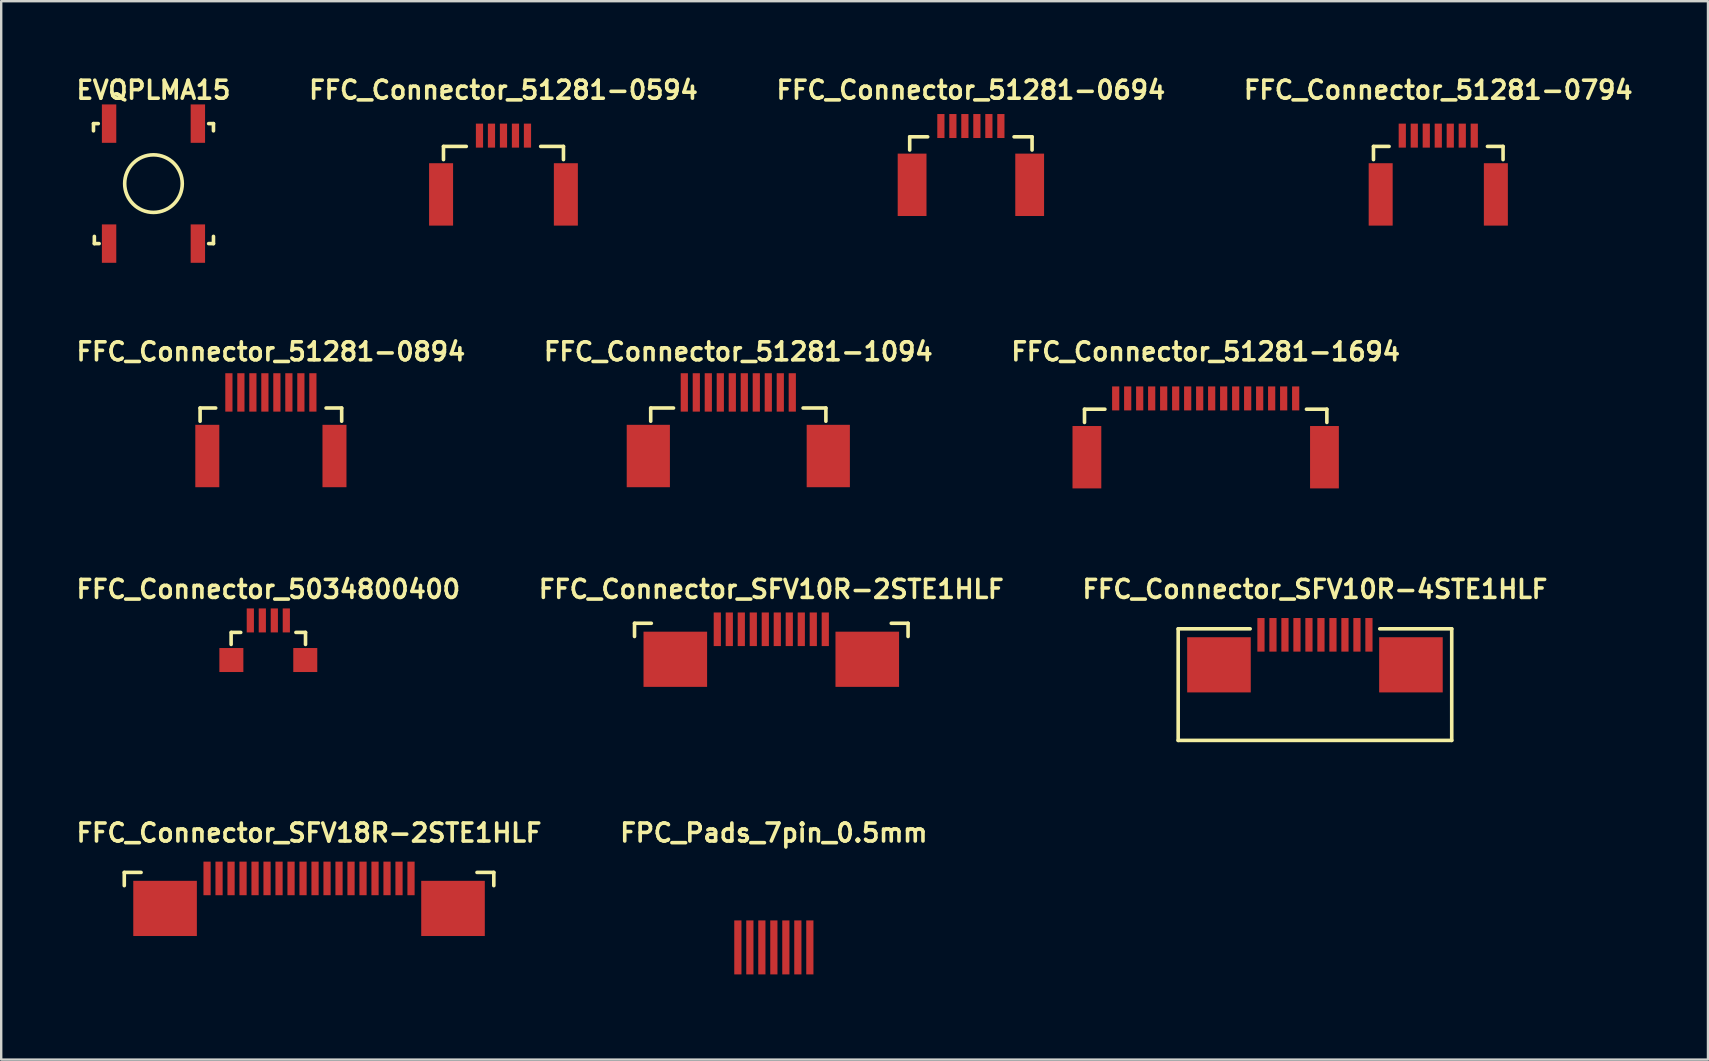
<source format=kicad_pcb>
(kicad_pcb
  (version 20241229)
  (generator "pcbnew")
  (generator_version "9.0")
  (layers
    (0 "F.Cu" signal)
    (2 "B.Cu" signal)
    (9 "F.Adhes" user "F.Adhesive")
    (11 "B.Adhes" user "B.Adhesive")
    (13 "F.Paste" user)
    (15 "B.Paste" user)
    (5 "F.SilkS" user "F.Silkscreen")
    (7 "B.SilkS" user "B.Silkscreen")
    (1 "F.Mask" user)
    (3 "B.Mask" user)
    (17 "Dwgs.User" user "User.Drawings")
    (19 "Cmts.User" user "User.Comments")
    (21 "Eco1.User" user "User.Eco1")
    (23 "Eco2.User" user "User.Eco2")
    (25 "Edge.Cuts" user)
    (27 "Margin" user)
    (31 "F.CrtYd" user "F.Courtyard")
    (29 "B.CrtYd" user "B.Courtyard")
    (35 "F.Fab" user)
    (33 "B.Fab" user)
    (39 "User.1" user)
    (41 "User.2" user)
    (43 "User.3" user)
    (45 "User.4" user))
  (footprint "FFC_Connector_5034800400"
    (layer "F.Cu")
    (at 8.132 25.106)
    (property "Reference" "FFC_Connector_5034800400" (at 0 -3.6 0) (layer "F.SilkS") (effects (font (size 0.75 0.75) (thickness 0.15))))
    (attr smd)
    (fp_line (start -1.55 -1.3) (end -1.55 -1.8) (stroke (width 0.15) (type solid)) (layer "F.SilkS"))
    (fp_line (start -1.54 -1.8) (end -1.15 -1.8) (stroke (width 0.15) (type solid)) (layer "F.SilkS"))
    (fp_line (start 1.15 -1.8) (end 1.55 -1.8) (stroke (width 0.15) (type solid)) (layer "F.SilkS"))
    (fp_line (start 1.55 -1.8) (end 1.55 -1.3) (stroke (width 0.15) (type solid)) (layer "F.SilkS"))
    (fp_line (start -1.54 0) (end 1.54 0) (stroke (width 0.15) (type solid)) (layer "Margin"))
    (pad "" smd rect (at -1.54 -0.65) (size 1 1) (layers "F.Cu" "F.Mask" "F.Paste"))
    (pad "" smd rect (at 1.54 -0.65) (size 1 1) (layers "F.Cu" "F.Mask" "F.Paste"))
    (pad "1" smd rect (at -0.75 -2.3) (size 0.3 1) (layers "F.Cu" "F.Mask" "F.Paste"))
    (pad "2" smd rect (at -0.25 -2.3) (size 0.3 1) (layers "F.Cu" "F.Mask" "F.Paste"))
    (pad "3" smd rect (at 0.25 -2.3) (size 0.3 1) (layers "F.Cu" "F.Mask" "F.Paste"))
    (pad "4" smd rect (at 0.75 -2.3) (size 0.3 1) (layers "F.Cu" "F.Mask" "F.Paste")))
  (footprint "FFC_Connector_51281-0594"
    (layer "F.Cu")
    (at 17.932 6.602)
    (property "Reference" "FFC_Connector_51281-0594" (at 0 -5.9 0) (layer "F.SilkS") (effects (font (size 0.75 0.75) (thickness 0.15))))
    (attr smd)
    (fp_line (start -2.5 -3.55) (end -2.5 -3) (stroke (width 0.15) (type solid)) (layer "F.SilkS"))
    (fp_line (start -2.5 -3.55) (end -1.55 -3.55) (stroke (width 0.15) (type solid)) (layer "F.SilkS"))
    (fp_line (start 1.55 -3.55) (end 2.5 -3.55) (stroke (width 0.15) (type solid)) (layer "F.SilkS"))
    (fp_line (start 2.5 -3.55) (end 2.5 -3) (stroke (width 0.15) (type solid)) (layer "F.SilkS"))
    (fp_line (start -2.5 0) (end 2.5 0) (stroke (width 0.15) (type solid)) (layer "Margin"))
    (pad "" smd rect (at -2.6 -1.55) (size 1 2.6) (layers "F.Cu" "F.Mask" "F.Paste"))
    (pad "" smd rect (at 2.6 -1.55) (size 1 2.6) (layers "F.Cu" "F.Mask" "F.Paste"))
    (pad "1" smd rect (at -1 -4) (size 0.3 1) (layers "F.Cu" "F.Mask" "F.Paste"))
    (pad "2" smd rect (at -0.5 -4) (size 0.3 1) (layers "F.Cu" "F.Mask" "F.Paste"))
    (pad "3" smd rect (at 0 -4) (size 0.3 1) (layers "F.Cu" "F.Mask" "F.Paste"))
    (pad "4" smd rect (at 0.5 -4) (size 0.3 1) (layers "F.Cu" "F.Mask" "F.Paste"))
    (pad "5" smd rect (at 1 -4) (size 0.3 1) (layers "F.Cu" "F.Mask" "F.Paste")))
  (footprint "FFC_Connector_51281-0694"
    (layer "F.Cu")
    (at 37.411 6.202)
    (property "Reference" "FFC_Connector_51281-0694" (at 0 -5.5 0) (layer "F.SilkS") (effects (font (size 0.75 0.75) (thickness 0.15))))
    (attr smd)
    (fp_line (start -2.55 -3.55) (end -2.55 -3) (stroke (width 0.15) (type solid)) (layer "F.SilkS"))
    (fp_line (start -2.55 -3.55) (end -1.8 -3.55) (stroke (width 0.15) (type solid)) (layer "F.SilkS"))
    (fp_line (start 1.8 -3.55) (end 2.55 -3.55) (stroke (width 0.15) (type solid)) (layer "F.SilkS"))
    (fp_line (start 2.55 -3.55) (end 2.55 -3) (stroke (width 0.15) (type solid)) (layer "F.SilkS"))
    (fp_line (start -2.55 0) (end 2.55 0) (stroke (width 0.15) (type solid)) (layer "Margin"))
    (pad "" smd rect (at -2.45 -1.55) (size 1.2 2.6) (layers "F.Cu" "F.Mask" "F.Paste"))
    (pad "" smd rect (at 2.45 -1.55) (size 1.2 2.6) (layers "F.Cu" "F.Mask" "F.Paste"))
    (pad "1" smd rect (at -1.25 -4) (size 0.3 1) (layers "F.Cu" "F.Mask" "F.Paste"))
    (pad "2" smd rect (at -0.75 -4) (size 0.3 1) (layers "F.Cu" "F.Mask" "F.Paste"))
    (pad "3" smd rect (at -0.25 -4) (size 0.3 1) (layers "F.Cu" "F.Mask" "F.Paste"))
    (pad "4" smd rect (at 0.25 -4) (size 0.3 1) (layers "F.Cu" "F.Mask" "F.Paste"))
    (pad "5" smd rect (at 0.75 -4) (size 0.3 1) (layers "F.Cu" "F.Mask" "F.Paste"))
    (pad "6" smd rect (at 1.25 -4) (size 0.3 1) (layers "F.Cu" "F.Mask" "F.Paste")))
  (footprint "FFC_Connector_SFV10R-4STE1HLF"
    (layer "F.Cu")
    (at 51.75 27.706)
    (property "Reference" "FFC_Connector_SFV10R-4STE1HLF" (at 0 -6.2 0) (layer "F.SilkS") (effects (font (size 0.75 0.75) (thickness 0.15))))
    (attr smd)
    (fp_line (start -5.7 -4.55) (end -5.7 0.1) (stroke (width 0.15) (type solid)) (layer "F.SilkS"))
    (fp_line (start -5.7 -4.55) (end -2.7 -4.55) (stroke (width 0.15) (type solid)) (layer "F.SilkS"))
    (fp_line (start -5.7 0.1) (end 5.7 0.1) (stroke (width 0.15) (type solid)) (layer "F.SilkS"))
    (fp_line (start 2.7 -4.55) (end 5.7 -4.55) (stroke (width 0.15) (type solid)) (layer "F.SilkS"))
    (fp_line (start 5.7 -4.55) (end 5.7 0.1) (stroke (width 0.15) (type solid)) (layer "F.SilkS"))
    (pad "" smd rect (at -4 -3.05) (size 2.65 2.3) (layers "F.Cu" "F.Mask" "F.Paste"))
    (pad "" smd rect (at 4 -3.05) (size 2.65 2.3) (layers "F.Cu" "F.Mask" "F.Paste"))
    (pad "1" smd rect (at -2.25 -4.3) (size 0.3 1.4) (layers "F.Cu" "F.Mask" "F.Paste"))
    (pad "2" smd rect (at -1.75 -4.3) (size 0.3 1.4) (layers "F.Cu" "F.Mask" "F.Paste"))
    (pad "3" smd rect (at -1.25 -4.3) (size 0.3 1.4) (layers "F.Cu" "F.Mask" "F.Paste"))
    (pad "4" smd rect (at -0.75 -4.3) (size 0.3 1.4) (layers "F.Cu" "F.Mask" "F.Paste"))
    (pad "5" smd rect (at -0.25 -4.3) (size 0.3 1.4) (layers "F.Cu" "F.Mask" "F.Paste"))
    (pad "6" smd rect (at 0.25 -4.3) (size 0.3 1.4) (layers "F.Cu" "F.Mask" "F.Paste"))
    (pad "7" smd rect (at 0.75 -4.3) (size 0.3 1.4) (layers "F.Cu" "F.Mask" "F.Paste"))
    (pad "8" smd rect (at 1.25 -4.3) (size 0.3 1.4) (layers "F.Cu" "F.Mask" "F.Paste"))
    (pad "9" smd rect (at 1.75 -4.3) (size 0.3 1.4) (layers "F.Cu" "F.Mask" "F.Paste"))
    (pad "10" smd rect (at 2.25 -4.3) (size 0.3 1.4) (layers "F.Cu" "F.Mask" "F.Paste")))
  (footprint "FPC_Pads_7pin_0.5mm"
    (layer "F.Cu")
    (at 29.2 37.558)
    (property "Reference" "FPC_Pads_7pin_0.5mm" (at 0 -5.9 0) (layer "F.SilkS") (effects (font (size 0.75 0.75) (thickness 0.15))))
    (attr exclude_from_pos_files exclude_from_bom)
    (pad "1" smd rect (at -1.5 -1.125) (size 0.3 2.25) (layers "F.Cu" "F.Mask"))
    (pad "2" smd rect (at -1 -1.125) (size 0.3 2.25) (layers "F.Cu" "F.Mask"))
    (pad "3" smd rect (at -0.5 -1.125) (size 0.3 2.25) (layers "F.Cu" "F.Mask"))
    (pad "4" smd rect (at 0 -1.125) (size 0.3 2.25) (layers "F.Cu" "F.Mask"))
    (pad "5" smd rect (at 0.5 -1.125) (size 0.3 2.25) (layers "F.Cu" "F.Mask"))
    (pad "6" smd rect (at 1 -1.125) (size 0.3 2.25) (layers "F.Cu" "F.Mask"))
    (pad "7" smd rect (at 1.5 -1.125) (size 0.3 2.25) (layers "F.Cu" "F.Mask")))
  (footprint "FFC_Connector_51281-1694"
    (layer "F.Cu")
    (at 47.196 17.554)
    (property "Reference" "FFC_Connector_51281-1694" (at 0 -5.95 0) (layer "F.SilkS") (effects (font (size 0.75 0.75) (thickness 0.15))))
    (attr smd)
    (fp_line (start -5.05 -3.55) (end -5.05 -3) (stroke (width 0.15) (type solid)) (layer "F.SilkS"))
    (fp_line (start -5.05 -3.55) (end -4.2 -3.55) (stroke (width 0.15) (type solid)) (layer "F.SilkS"))
    (fp_line (start 4.2 -3.55) (end 5.05 -3.55) (stroke (width 0.15) (type solid)) (layer "F.SilkS"))
    (fp_line (start 5.05 -3.55) (end 5.05 -3) (stroke (width 0.15) (type solid)) (layer "F.SilkS"))
    (fp_line (start -5.05 0) (end 5.15 0) (stroke (width 0.15) (type solid)) (layer "Margin"))
    (pad "" smd rect (at -4.95 -1.55) (size 1.2 2.6) (layers "F.Cu" "F.Mask" "F.Paste"))
    (pad "" smd rect (at 4.95 -1.55) (size 1.2 2.6) (layers "F.Cu" "F.Mask" "F.Paste"))
    (pad "1" smd rect (at -3.75 -4) (size 0.3 1) (layers "F.Cu" "F.Mask" "F.Paste"))
    (pad "2" smd rect (at -3.25 -4) (size 0.3 1) (layers "F.Cu" "F.Mask" "F.Paste"))
    (pad "3" smd rect (at -2.75 -4) (size 0.3 1) (layers "F.Cu" "F.Mask" "F.Paste"))
    (pad "4" smd rect (at -2.25 -4) (size 0.3 1) (layers "F.Cu" "F.Mask" "F.Paste"))
    (pad "5" smd rect (at -1.75 -4) (size 0.3 1) (layers "F.Cu" "F.Mask" "F.Paste"))
    (pad "6" smd rect (at -1.25 -4) (size 0.3 1) (layers "F.Cu" "F.Mask" "F.Paste"))
    (pad "7" smd rect (at -0.75 -4) (size 0.3 1) (layers "F.Cu" "F.Mask" "F.Paste"))
    (pad "8" smd rect (at -0.25 -4) (size 0.3 1) (layers "F.Cu" "F.Mask" "F.Paste"))
    (pad "9" smd rect (at 0.25 -4) (size 0.3 1) (layers "F.Cu" "F.Mask" "F.Paste"))
    (pad "10" smd rect (at 0.75 -4) (size 0.3 1) (layers "F.Cu" "F.Mask" "F.Paste"))
    (pad "11" smd rect (at 1.25 -4) (size 0.3 1) (layers "F.Cu" "F.Mask" "F.Paste"))
    (pad "12" smd rect (at 1.75 -4) (size 0.3 1) (layers "F.Cu" "F.Mask" "F.Paste"))
    (pad "13" smd rect (at 2.25 -4) (size 0.3 1) (layers "F.Cu" "F.Mask" "F.Paste"))
    (pad "14" smd rect (at 2.75 -4) (size 0.3 1) (layers "F.Cu" "F.Mask" "F.Paste"))
    (pad "15" smd rect (at 3.25 -4) (size 0.3 1) (layers "F.Cu" "F.Mask" "F.Paste"))
    (pad "16" smd rect (at 3.75 -4) (size 0.3 1) (layers "F.Cu" "F.Mask" "F.Paste")))
  (footprint "FFC_Connector_51281-0894"
    (layer "F.Cu")
    (at 8.239 17.504)
    (property "Reference" "FFC_Connector_51281-0894" (at 0 -5.9 0) (layer "F.SilkS") (effects (font (size 0.75 0.75) (thickness 0.15))))
    (attr smd)
    (fp_line (start -2.95 -3.55) (end -2.95 -3) (stroke (width 0.15) (type solid)) (layer "F.SilkS"))
    (fp_line (start -2.95 -3.55) (end -2.3 -3.55) (stroke (width 0.15) (type solid)) (layer "F.SilkS"))
    (fp_line (start 2.3 -3.55) (end 2.95 -3.55) (stroke (width 0.15) (type solid)) (layer "F.SilkS"))
    (fp_line (start 2.95 -3.55) (end 2.95 -3) (stroke (width 0.15) (type solid)) (layer "F.SilkS"))
    (fp_line (start -3.15 0) (end 3.2 0) (stroke (width 0.15) (type solid)) (layer "Margin"))
    (pad "" smd rect (at -2.65 -1.55) (size 1 2.6) (layers "F.Cu" "F.Mask" "F.Paste"))
    (pad "" smd rect (at 2.65 -1.55) (size 1 2.6) (layers "F.Cu" "F.Mask" "F.Paste"))
    (pad "1" smd rect (at -1.75 -4.2) (size 0.3 1.6) (layers "F.Cu" "F.Mask" "F.Paste"))
    (pad "2" smd rect (at -1.25 -4.2) (size 0.3 1.6) (layers "F.Cu" "F.Mask" "F.Paste"))
    (pad "3" smd rect (at -0.75 -4.2) (size 0.3 1.6) (layers "F.Cu" "F.Mask" "F.Paste"))
    (pad "4" smd rect (at -0.25 -4.2) (size 0.3 1.6) (layers "F.Cu" "F.Mask" "F.Paste"))
    (pad "5" smd rect (at 0.25 -4.2) (size 0.3 1.6) (layers "F.Cu" "F.Mask" "F.Paste"))
    (pad "6" smd rect (at 0.75 -4.2) (size 0.3 1.6) (layers "F.Cu" "F.Mask" "F.Paste"))
    (pad "7" smd rect (at 1.25 -4.2) (size 0.3 1.6) (layers "F.Cu" "F.Mask" "F.Paste"))
    (pad "8" smd rect (at 1.75 -4.2) (size 0.3 1.6) (layers "F.Cu" "F.Mask" "F.Paste")))
  (footprint "FFC_Connector_51281-1094"
    (layer "F.Cu")
    (at 27.718 17.504)
    (property "Reference" "FFC_Connector_51281-1094" (at 0 -5.9 0) (layer "F.SilkS") (effects (font (size 0.75 0.75) (thickness 0.15))))
    (attr smd)
    (fp_line (start -3.65 -3.55) (end -3.65 -3) (stroke (width 0.15) (type solid)) (layer "F.SilkS"))
    (fp_line (start -3.65 -3.55) (end -2.7 -3.55) (stroke (width 0.15) (type solid)) (layer "F.SilkS"))
    (fp_line (start 2.7 -3.55) (end 3.65 -3.55) (stroke (width 0.15) (type solid)) (layer "F.SilkS"))
    (fp_line (start 3.65 -3.55) (end 3.65 -3) (stroke (width 0.15) (type solid)) (layer "F.SilkS"))
    (fp_line (start -3.65 0) (end 3.65 0) (stroke (width 0.15) (type solid)) (layer "Margin"))
    (pad "" smd rect (at -3.75 -1.55) (size 1.8 2.6) (layers "F.Cu" "F.Mask" "F.Paste"))
    (pad "" smd rect (at 3.75 -1.55) (size 1.8 2.6) (layers "F.Cu" "F.Mask" "F.Paste"))
    (pad "1" smd rect (at -2.25 -4.2) (size 0.3 1.6) (layers "F.Cu" "F.Mask" "F.Paste"))
    (pad "2" smd rect (at -1.75 -4.2) (size 0.3 1.6) (layers "F.Cu" "F.Mask" "F.Paste"))
    (pad "3" smd rect (at -1.25 -4.2) (size 0.3 1.6) (layers "F.Cu" "F.Mask" "F.Paste"))
    (pad "4" smd rect (at -0.75 -4.2) (size 0.3 1.6) (layers "F.Cu" "F.Mask" "F.Paste"))
    (pad "5" smd rect (at -0.25 -4.2) (size 0.3 1.6) (layers "F.Cu" "F.Mask" "F.Paste"))
    (pad "6" smd rect (at 0.25 -4.2) (size 0.3 1.6) (layers "F.Cu" "F.Mask" "F.Paste"))
    (pad "7" smd rect (at 0.75 -4.2) (size 0.3 1.6) (layers "F.Cu" "F.Mask" "F.Paste"))
    (pad "8" smd rect (at 1.25 -4.2) (size 0.3 1.6) (layers "F.Cu" "F.Mask" "F.Paste"))
    (pad "9" smd rect (at 1.75 -4.2) (size 0.3 1.6) (layers "F.Cu" "F.Mask" "F.Paste"))
    (pad "10" smd rect (at 2.25 -4.2) (size 0.3 1.6) (layers "F.Cu" "F.Mask" "F.Paste")))
  (footprint "FFC_Connector_51281-0794"
    (layer "F.Cu")
    (at 56.889 6.602)
    (property "Reference" "FFC_Connector_51281-0794" (at 0 -5.9 0) (layer "F.SilkS") (effects (font (size 0.75 0.75) (thickness 0.15))))
    (attr smd)
    (fp_line (start -2.7 -3.55) (end -2.7 -3) (stroke (width 0.15) (type solid)) (layer "F.SilkS"))
    (fp_line (start -2.7 -3.55) (end -2.05 -3.55) (stroke (width 0.15) (type solid)) (layer "F.SilkS"))
    (fp_line (start 2.05 -3.55) (end 2.7 -3.55) (stroke (width 0.15) (type solid)) (layer "F.SilkS"))
    (fp_line (start 2.7 -3.55) (end 2.7 -3) (stroke (width 0.15) (type solid)) (layer "F.SilkS"))
    (fp_line (start -2.9 0) (end 2.9 0) (stroke (width 0.15) (type solid)) (layer "Margin"))
    (pad "" smd rect (at -2.4 -1.55) (size 1 2.6) (layers "F.Cu" "F.Mask" "F.Paste"))
    (pad "" smd rect (at 2.4 -1.55) (size 1 2.6) (layers "F.Cu" "F.Mask" "F.Paste"))
    (pad "1" smd rect (at -1.5 -4) (size 0.3 1) (layers "F.Cu" "F.Mask" "F.Paste"))
    (pad "2" smd rect (at -1 -4) (size 0.3 1) (layers "F.Cu" "F.Mask" "F.Paste"))
    (pad "3" smd rect (at -0.5 -4) (size 0.3 1) (layers "F.Cu" "F.Mask" "F.Paste"))
    (pad "4" smd rect (at 0 -4) (size 0.3 1) (layers "F.Cu" "F.Mask" "F.Paste"))
    (pad "5" smd rect (at 0.5 -4) (size 0.3 1) (layers "F.Cu" "F.Mask" "F.Paste"))
    (pad "6" smd rect (at 1 -4) (size 0.3 1) (layers "F.Cu" "F.Mask" "F.Paste"))
    (pad "7" smd rect (at 1.5 -4) (size 0.3 1) (layers "F.Cu" "F.Mask" "F.Paste")))
  (footprint "EVQPLMA15"
    (layer "F.Cu")
    (at 3.346 4.602)
    (property "Reference" "EVQPLMA15" (at 0 -3.9 0) (layer "F.SilkS") (effects (font (size 0.75 0.75) (thickness 0.15))))
    (attr smd)
    (fp_line (start -2.5 -2.5) (end -2.3 -2.5) (stroke (width 0.15) (type solid)) (layer "F.SilkS"))
    (fp_line (start -2.5 -2.2) (end -2.5 -2.5) (stroke (width 0.15) (type solid)) (layer "F.SilkS"))
    (fp_line (start -2.464 2.2) (end -2.464 2.5) (stroke (width 0.15) (type solid)) (layer "F.SilkS"))
    (fp_line (start -2.464 2.5) (end -2.264 2.5) (stroke (width 0.15) (type solid)) (layer "F.SilkS"))
    (fp_line (start 2.5 -2.5) (end 2.3 -2.5) (stroke (width 0.15) (type solid)) (layer "F.SilkS"))
    (fp_line (start 2.5 -2.2) (end 2.5 -2.5) (stroke (width 0.15) (type solid)) (layer "F.SilkS"))
    (fp_line (start 2.5 2.2) (end 2.5 2.5) (stroke (width 0.15) (type solid)) (layer "F.SilkS"))
    (fp_line (start 2.5 2.5) (end 2.3 2.5) (stroke (width 0.15) (type solid)) (layer "F.SilkS"))
    (fp_circle (center 0 0) (end 1.2 0) (stroke (width 0.15) (type solid)) (fill no) (layer "F.SilkS"))
    (pad "1" smd rect (at -1.85 -2.5) (size 0.6 1.6) (layers "F.Cu" "F.Mask" "F.Paste"))
    (pad "1" smd rect (at -1.85 2.5) (size 0.6 1.6) (layers "F.Cu" "F.Mask" "F.Paste"))
    (pad "2" smd rect (at 1.85 -2.5) (size 0.6 1.6) (layers "F.Cu" "F.Mask" "F.Paste"))
    (pad "2" smd rect (at 1.85 2.5) (size 0.6 1.6) (layers "F.Cu" "F.Mask" "F.Paste")))
  (footprint "FFC_Connector_SFV10R-2STE1HLF"
    (layer "F.Cu")
    (at 29.093 27.475)
    (property "Reference" "FFC_Connector_SFV10R-2STE1HLF" (at 0 -5.969 0) (layer "F.SilkS") (effects (font (size 0.75 0.75) (thickness 0.15))))
    (attr smd)
    (fp_line (start -5.7 -4.55) (end -5.7 -4) (stroke (width 0.15) (type solid)) (layer "F.SilkS"))
    (fp_line (start -5.7 -4.55) (end -5 -4.55) (stroke (width 0.15) (type solid)) (layer "F.SilkS"))
    (fp_line (start 5 -4.55) (end 5.7 -4.55) (stroke (width 0.15) (type solid)) (layer "F.SilkS"))
    (fp_line (start 5.7 -4.55) (end 5.7 -4) (stroke (width 0.15) (type solid)) (layer "F.SilkS"))
    (fp_line (start -5.7 0.1) (end 5.7 0.1) (stroke (width 0.15) (type solid)) (layer "Margin"))
    (pad "" smd rect (at -4 -3.05) (size 2.65 2.3) (layers "F.Cu" "F.Mask" "F.Paste"))
    (pad "" smd rect (at 4 -3.05) (size 2.65 2.3) (layers "F.Cu" "F.Mask" "F.Paste"))
    (pad "1" smd rect (at -2.25 -4.3) (size 0.3 1.4) (layers "F.Cu" "F.Mask" "F.Paste"))
    (pad "2" smd rect (at -1.75 -4.3) (size 0.3 1.4) (layers "F.Cu" "F.Mask" "F.Paste"))
    (pad "3" smd rect (at -1.25 -4.3) (size 0.3 1.4) (layers "F.Cu" "F.Mask" "F.Paste"))
    (pad "4" smd rect (at -0.75 -4.3) (size 0.3 1.4) (layers "F.Cu" "F.Mask" "F.Paste"))
    (pad "5" smd rect (at -0.25 -4.3) (size 0.3 1.4) (layers "F.Cu" "F.Mask" "F.Paste"))
    (pad "6" smd rect (at 0.25 -4.3) (size 0.3 1.4) (layers "F.Cu" "F.Mask" "F.Paste"))
    (pad "7" smd rect (at 0.75 -4.3) (size 0.3 1.4) (layers "F.Cu" "F.Mask" "F.Paste"))
    (pad "8" smd rect (at 1.25 -4.3) (size 0.3 1.4) (layers "F.Cu" "F.Mask" "F.Paste"))
    (pad "9" smd rect (at 1.75 -4.3) (size 0.3 1.4) (layers "F.Cu" "F.Mask" "F.Paste"))
    (pad "10" smd rect (at 2.25 -4.3) (size 0.3 1.4) (layers "F.Cu" "F.Mask" "F.Paste")))
  (footprint "FFC_Connector_SFV18R-2STE1HLF"
    (layer "F.Cu")
    (at 9.829 37.858)
    (property "Reference" "FFC_Connector_SFV18R-2STE1HLF" (at 0 -6.2 0) (layer "F.SilkS") (effects (font (size 0.75 0.75) (thickness 0.15))))
    (attr smd)
    (fp_line (start -7.7 -4.55) (end -7.7 -4) (stroke (width 0.15) (type solid)) (layer "F.SilkS"))
    (fp_line (start -7.7 -4.55) (end -7 -4.55) (stroke (width 0.15) (type solid)) (layer "F.SilkS"))
    (fp_line (start 7 -4.55) (end 7.7 -4.55) (stroke (width 0.15) (type solid)) (layer "F.SilkS"))
    (fp_line (start 7.7 -4.55) (end 7.7 -4) (stroke (width 0.15) (type solid)) (layer "F.SilkS"))
    (fp_line (start -7.7 0.1) (end 7.7 0.1) (stroke (width 0.15) (type solid)) (layer "Margin"))
    (pad "" smd rect (at -6 -3.05) (size 2.65 2.3) (layers "F.Cu" "F.Mask" "F.Paste"))
    (pad "" smd rect (at 6 -3.05) (size 2.65 2.3) (layers "F.Cu" "F.Mask" "F.Paste"))
    (pad "1" smd rect (at -4.25 -4.3) (size 0.3 1.4) (layers "F.Cu" "F.Mask" "F.Paste"))
    (pad "2" smd rect (at -3.75 -4.3) (size 0.3 1.4) (layers "F.Cu" "F.Mask" "F.Paste"))
    (pad "3" smd rect (at -3.25 -4.3) (size 0.3 1.4) (layers "F.Cu" "F.Mask" "F.Paste"))
    (pad "4" smd rect (at -2.75 -4.3) (size 0.3 1.4) (layers "F.Cu" "F.Mask" "F.Paste"))
    (pad "5" smd rect (at -2.25 -4.3) (size 0.3 1.4) (layers "F.Cu" "F.Mask" "F.Paste"))
    (pad "6" smd rect (at -1.75 -4.3) (size 0.3 1.4) (layers "F.Cu" "F.Mask" "F.Paste"))
    (pad "7" smd rect (at -1.25 -4.3) (size 0.3 1.4) (layers "F.Cu" "F.Mask" "F.Paste"))
    (pad "8" smd rect (at -0.75 -4.3) (size 0.3 1.4) (layers "F.Cu" "F.Mask" "F.Paste"))
    (pad "9" smd rect (at -0.25 -4.3) (size 0.3 1.4) (layers "F.Cu" "F.Mask" "F.Paste"))
    (pad "10" smd rect (at 0.25 -4.3) (size 0.3 1.4) (layers "F.Cu" "F.Mask" "F.Paste"))
    (pad "11" smd rect (at 0.75 -4.3) (size 0.3 1.4) (layers "F.Cu" "F.Mask" "F.Paste"))
    (pad "12" smd rect (at 1.25 -4.3) (size 0.3 1.4) (layers "F.Cu" "F.Mask" "F.Paste"))
    (pad "13" smd rect (at 1.75 -4.3) (size 0.3 1.4) (layers "F.Cu" "F.Mask" "F.Paste"))
    (pad "14" smd rect (at 2.25 -4.3) (size 0.3 1.4) (layers "F.Cu" "F.Mask" "F.Paste"))
    (pad "15" smd rect (at 2.75 -4.3) (size 0.3 1.4) (layers "F.Cu" "F.Mask" "F.Paste"))
    (pad "16" smd rect (at 3.25 -4.3) (size 0.3 1.4) (layers "F.Cu" "F.Mask" "F.Paste"))
    (pad "17" smd rect (at 3.75 -4.3) (size 0.3 1.4) (layers "F.Cu" "F.Mask" "F.Paste"))
    (pad "18" smd rect (at 4.25 -4.3) (size 0.3 1.4) (layers "F.Cu" "F.Mask" "F.Paste")))
  (gr_rect
    (start -3 -3)
    (end 68.129 41.108)
    (stroke (width 0.1) (type default))
    (fill no)
    (layer "Edge.Cuts")))
</source>
